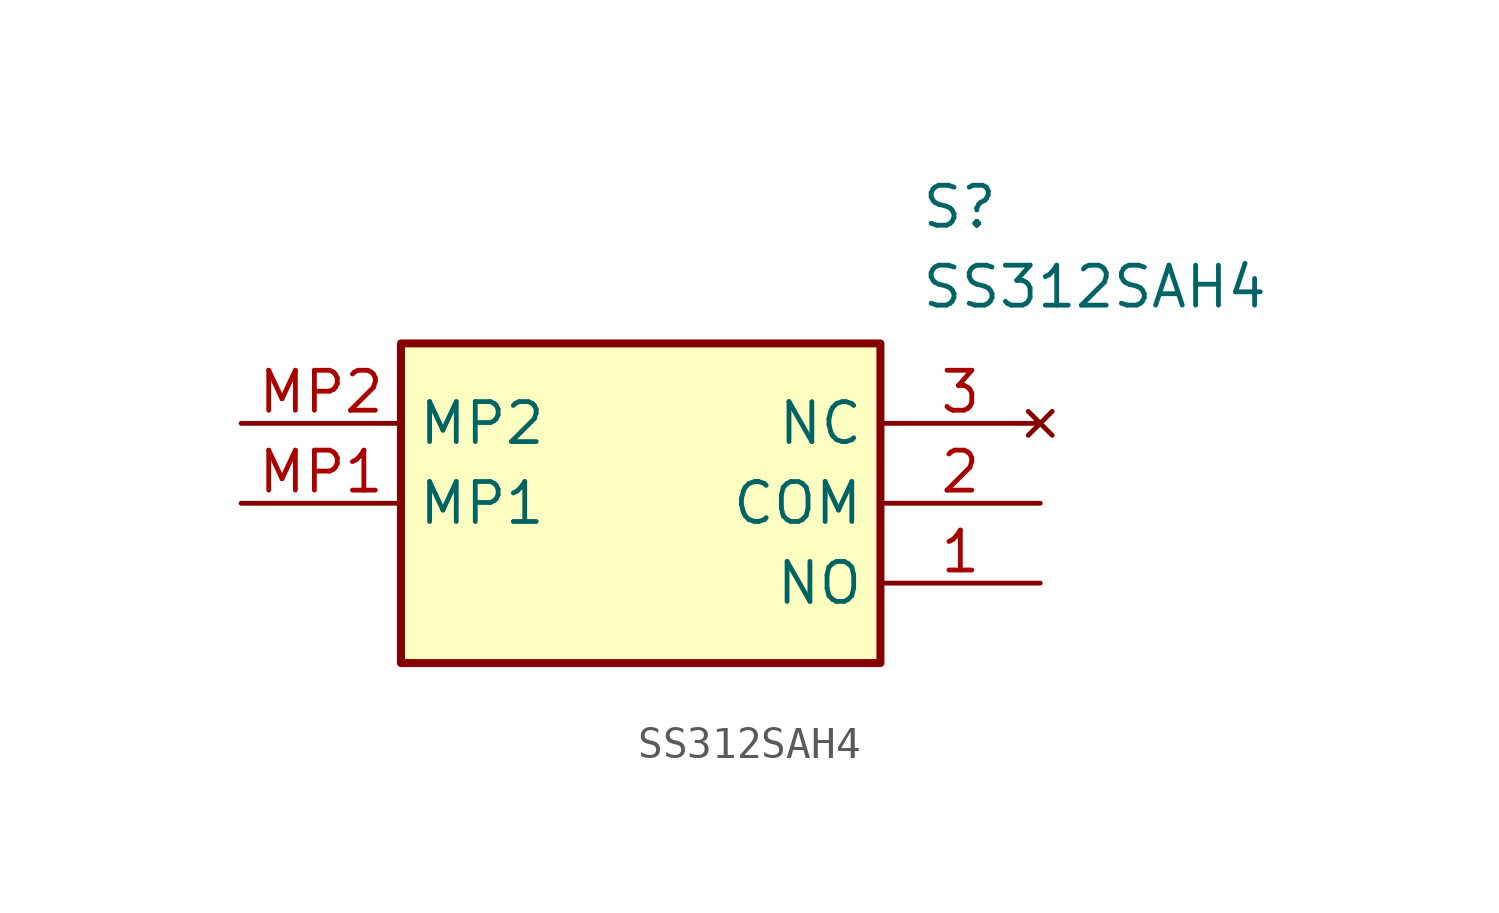
<source format=kicad_sym>
(kicad_symbol_lib
  (version 20211014)
  (generator SamacSys_ECAD_Model)
  (symbol "SS312SAH4"
    (property "Reference" "S"
      (at 21.59 7.62 0)
      (effects (font (size 1.27 1.27)) (justify left top)))
    (property "Value" "SS312SAH4"
      (at 21.59 5.08 0)
      (effects (font (size 1.27 1.27)) (justify left top)))
    (rectangle
      (start 5.08 2.54)
      (end 20.32 -7.62)
      (stroke (width 0.254) (type default))
      (fill (type background)))
    (pin passive line
      (at 25.4 -5.08 180)
      (length 5.08)
      (name "NO" (effects (font (size 1.27 1.27))))
      (number "1" (effects (font (size 1.27 1.27)))))
    (pin passive line
      (at 25.4 -2.54 180)
      (length 5.08)
      (name "COM" (effects (font (size 1.27 1.27))))
      (number "2" (effects (font (size 1.27 1.27)))))
    (pin no_connect line
      (at 25.4 0 180)
      (length 5.08)
      (name "NC" (effects (font (size 1.27 1.27))))
      (number "3" (effects (font (size 1.27 1.27)))))
    (pin passive line
      (at 0 -2.54 0)
      (length 5.08)
      (name "MP1" (effects (font (size 1.27 1.27))))
      (number "MP1" (effects (font (size 1.27 1.27)))))
    (pin passive line
      (at 0 0 0)
      (length 5.08)
      (name "MP2" (effects (font (size 1.27 1.27))))
      (number "MP2" (effects (font (size 1.27 1.27)))))))
</source>
